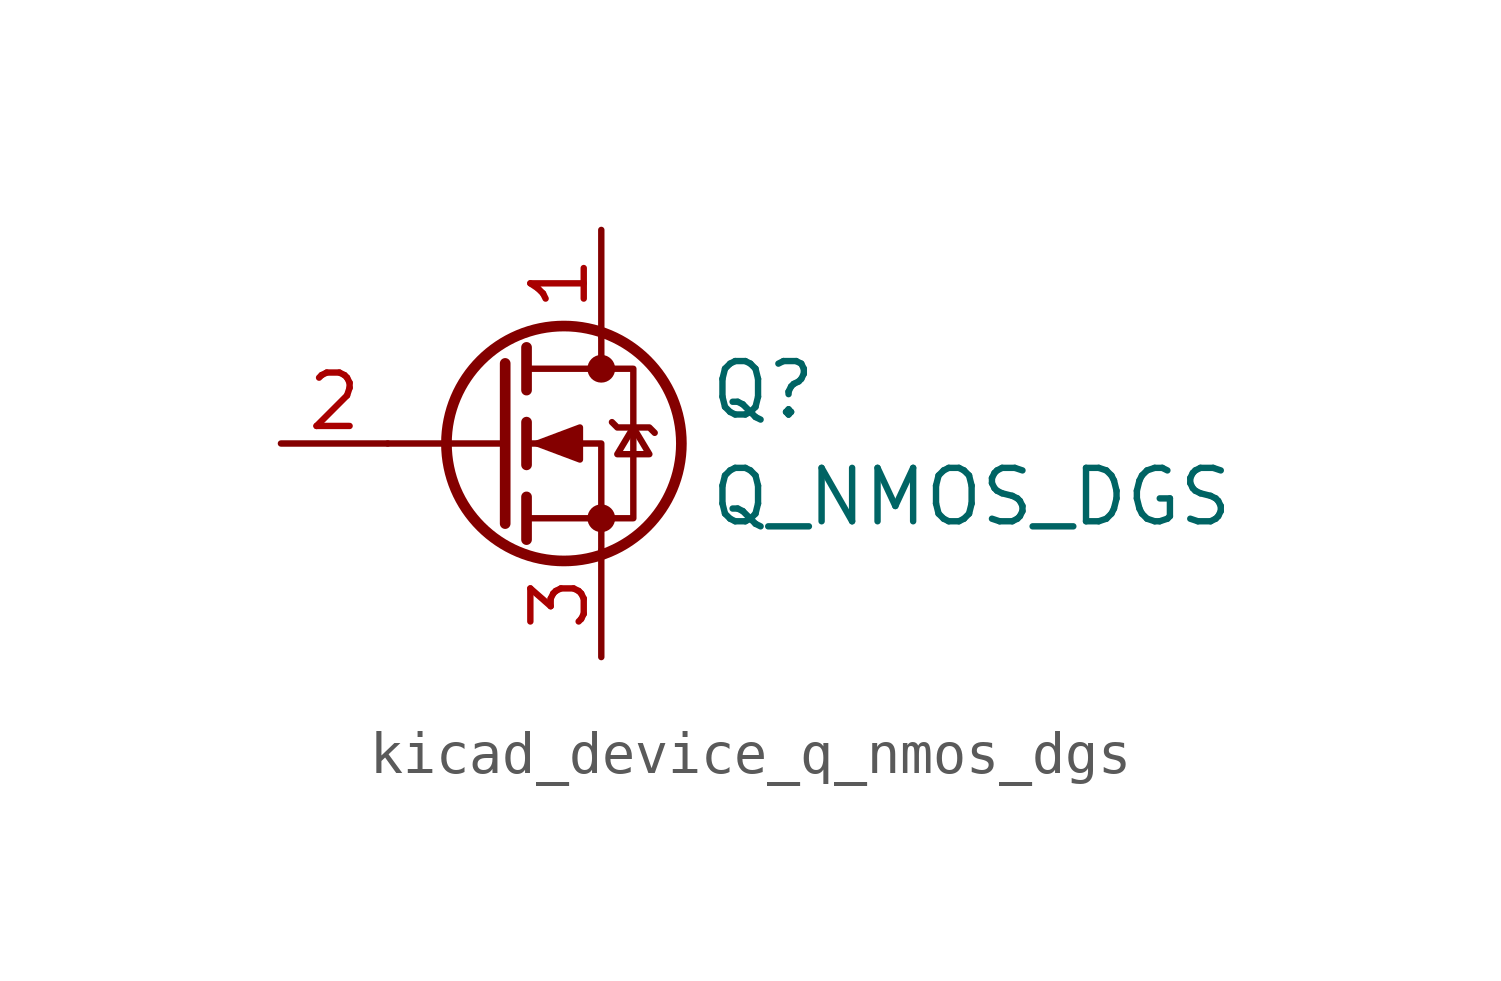
<source format=kicad_sym>
(kicad_symbol_lib
  (version 20220914)
  (generator kicad_symbol_editor)
  (symbol "kicad_device_q_nmos_dgs"
    (pin_names
      (offset 0) hide)
    (property "Reference" "Q"
      (at 5.08 1.27 0)
      (effects (font (size 1.27 1.27)) (justify left)))
    (property "Value" "Q_NMOS_DGS"
      (at 5.08 -1.27 0)
      (effects (font (size 1.27 1.27)) (justify left)))
    (symbol "kicad_device_q_nmos_dgs_0_1"
      (polyline (pts (xy 0.254 0) (xy -2.54 0)) (stroke (width 0) (type default)) (fill (type none)))
      (polyline (pts (xy 0.254 1.905) (xy 0.254 -1.905)) (stroke (width 0.254) (type default)) (fill (type none)))
      (polyline (pts (xy 0.762 -1.27) (xy 0.762 -2.286)) (stroke (width 0.254) (type default)) (fill (type none)))
      (polyline (pts (xy 0.762 0.508) (xy 0.762 -0.508)) (stroke (width 0.254) (type default)) (fill (type none)))
      (polyline (pts (xy 0.762 2.286) (xy 0.762 1.27)) (stroke (width 0.254) (type default)) (fill (type none)))
      (polyline (pts (xy 2.54 2.54) (xy 2.54 1.778)) (stroke (width 0) (type default)) (fill (type none)))
      (polyline (pts (xy 2.54 -2.54) (xy 2.54 0) (xy 0.762 0)) (stroke (width 0) (type default)) (fill (type none)))
      (polyline (pts (xy 0.762 -1.778) (xy 3.302 -1.778) (xy 3.302 1.778) (xy 0.762 1.778)) (stroke (width 0) (type default)) (fill (type none)))
      (polyline (pts (xy 1.016 0) (xy 2.032 0.381) (xy 2.032 -0.381) (xy 1.016 0)) (stroke (width 0) (type default)) (fill (type outline)))
      (polyline (pts (xy 2.794 0.508) (xy 2.921 0.381) (xy 3.683 0.381) (xy 3.81 0.254)) (stroke (width 0) (type default)) (fill (type none)))
      (polyline (pts (xy 3.302 0.381) (xy 2.921 -0.254) (xy 3.683 -0.254) (xy 3.302 0.381)) (stroke (width 0) (type default)) (fill (type none)))
      (circle (center 1.651 0) (radius 2.794) (stroke (width 0.254) (type default)) (fill (type none)))
      (circle (center 2.54 -1.778) (radius 0.254) (stroke (width 0) (type default)) (fill (type outline)))
      (circle (center 2.54 1.778) (radius 0.254) (stroke (width 0) (type default)) (fill (type outline))))
    (symbol "kicad_device_q_nmos_dgs_1_1"
      (pin passive line (at 2.54 5.08 270) (length 2.54) (name "D" (effects (font (size 1.27 1.27)))) (number "1" (effects (font (size 1.27 1.27)))))
      (pin input line (at -5.08 0 0) (length 2.54) (name "G" (effects (font (size 1.27 1.27)))) (number "2" (effects (font (size 1.27 1.27)))))
      (pin passive line (at 2.54 -5.08 90) (length 2.54) (name "S" (effects (font (size 1.27 1.27)))) (number "3" (effects (font (size 1.27 1.27))))))))
</source>
